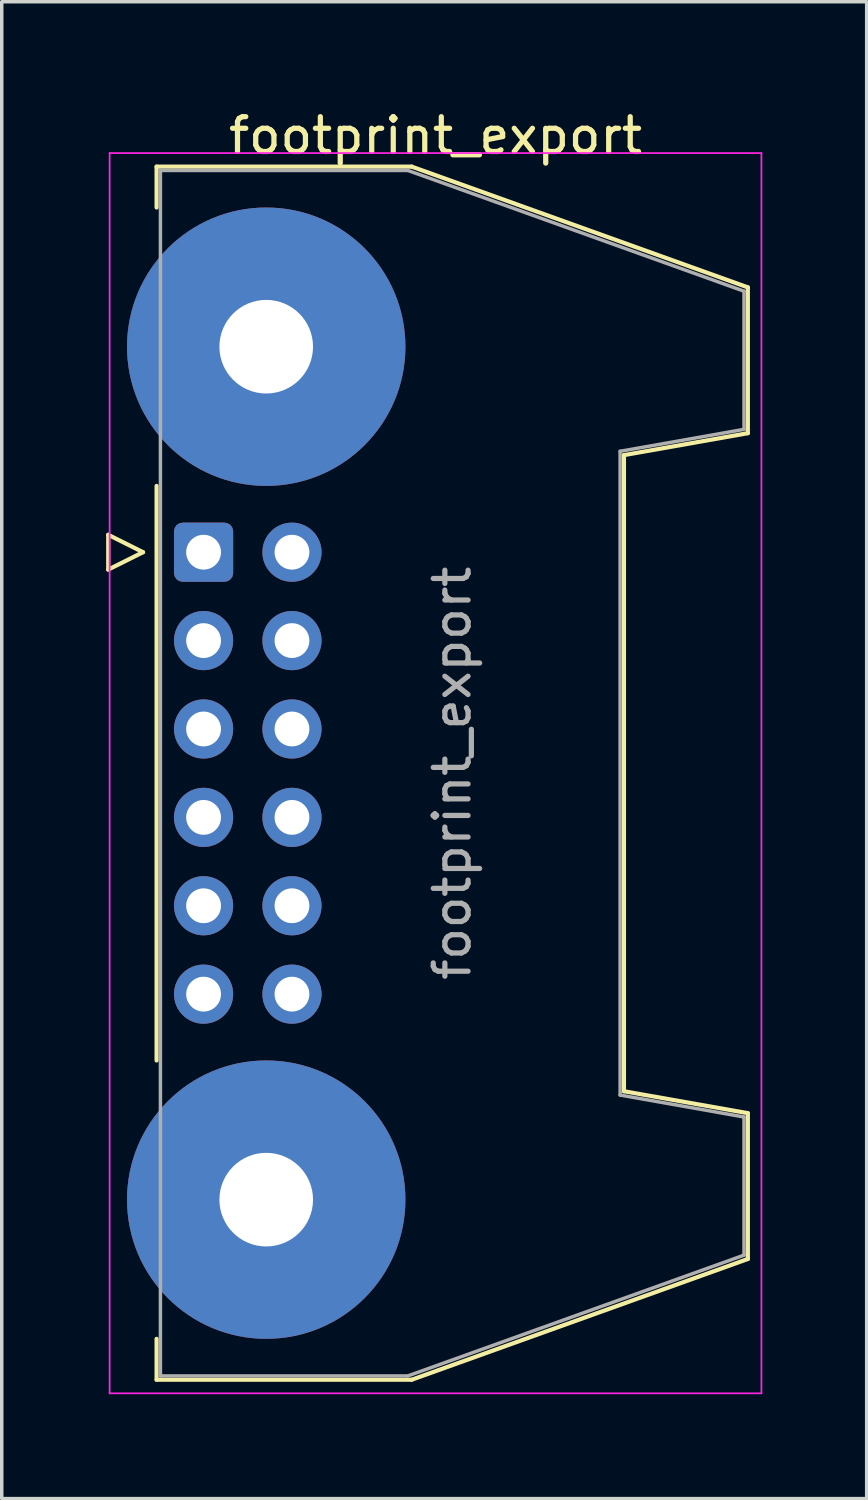
<source format=kicad_pcb>
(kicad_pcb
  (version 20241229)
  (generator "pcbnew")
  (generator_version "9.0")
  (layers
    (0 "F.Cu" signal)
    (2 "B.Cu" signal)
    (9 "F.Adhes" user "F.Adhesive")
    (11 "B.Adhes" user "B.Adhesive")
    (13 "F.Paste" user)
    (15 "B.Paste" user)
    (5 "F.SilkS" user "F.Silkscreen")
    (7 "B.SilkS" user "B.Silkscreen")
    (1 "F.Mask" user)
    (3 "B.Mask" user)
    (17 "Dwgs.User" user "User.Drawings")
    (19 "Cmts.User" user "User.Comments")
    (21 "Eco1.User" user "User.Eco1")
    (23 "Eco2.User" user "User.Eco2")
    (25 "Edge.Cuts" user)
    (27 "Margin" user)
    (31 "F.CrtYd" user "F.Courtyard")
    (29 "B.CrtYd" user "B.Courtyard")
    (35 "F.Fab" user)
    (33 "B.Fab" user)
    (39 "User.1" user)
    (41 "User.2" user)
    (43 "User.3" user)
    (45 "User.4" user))
  (footprint "footprint_export"
    (layer "F.Cu")
    (at 2.8 12.818)
    (property "Reference" "footprint_export" (at 6.665 -11.97 0) (layer "F.SilkS") (effects (font (size 1 1) (thickness 0.15))))
    (attr through_hole)
    (fp_line (start -2.74 -0.5) (end -2.74 0.5) (stroke (width 0.12) (type solid)) (layer "F.SilkS"))
    (fp_line (start -2.74 0.5) (end -1.74 0) (stroke (width 0.12) (type solid)) (layer "F.SilkS"))
    (fp_line (start -1.74 0) (end -2.74 -0.5) (stroke (width 0.12) (type solid)) (layer "F.SilkS"))
    (fp_line (start -1.35 -11.08) (end -1.35 -9.905) (stroke (width 0.12) (type solid)) (layer "F.SilkS"))
    (fp_line (start -1.35 -11.08) (end 5.98 -11.08) (stroke (width 0.12) (type solid)) (layer "F.SilkS"))
    (fp_line (start -1.35 -1.905) (end -1.35 14.605) (stroke (width 0.12) (type solid)) (layer "F.SilkS"))
    (fp_line (start -1.35 22.605) (end -1.35 23.78) (stroke (width 0.12) (type solid)) (layer "F.SilkS"))
    (fp_line (start 5.98 -11.08) (end 15.64 -7.61) (stroke (width 0.12) (type solid)) (layer "F.SilkS"))
    (fp_line (start 5.98 23.78) (end -1.35 23.78) (stroke (width 0.12) (type solid)) (layer "F.SilkS"))
    (fp_line (start 12.08 -2.79) (end 12.08 15.49) (stroke (width 0.12) (type solid)) (layer "F.SilkS"))
    (fp_line (start 12.08 15.49) (end 15.64 16.12) (stroke (width 0.12) (type solid)) (layer "F.SilkS"))
    (fp_line (start 15.64 -7.61) (end 15.64 -3.42) (stroke (width 0.12) (type solid)) (layer "F.SilkS"))
    (fp_line (start 15.64 -3.42) (end 12.08 -2.79) (stroke (width 0.12) (type solid)) (layer "F.SilkS"))
    (fp_line (start 15.64 16.12) (end 15.64 20.31) (stroke (width 0.12) (type solid)) (layer "F.SilkS"))
    (fp_line (start 15.64 20.31) (end 5.98 23.78) (stroke (width 0.12) (type solid)) (layer "F.SilkS"))
    (fp_line (start -2.7 -11.47) (end -2.7 24.17) (stroke (width 0.05) (type solid)) (layer "F.CrtYd"))
    (fp_line (start -2.7 24.17) (end 16.03 24.17) (stroke (width 0.05) (type solid)) (layer "F.CrtYd"))
    (fp_line (start 16.03 -11.47) (end -2.7 -11.47) (stroke (width 0.05) (type solid)) (layer "F.CrtYd"))
    (fp_line (start 16.03 24.17) (end 16.03 -11.47) (stroke (width 0.05) (type solid)) (layer "F.CrtYd"))
    (fp_line (start -1.24 -10.97) (end 5.87 -10.97) (stroke (width 0.1) (type solid)) (layer "F.Fab"))
    (fp_line (start -1.24 23.67) (end -1.24 -10.97) (stroke (width 0.1) (type solid)) (layer "F.Fab"))
    (fp_line (start 5.87 -10.97) (end 15.53 -7.5) (stroke (width 0.1) (type solid)) (layer "F.Fab"))
    (fp_line (start 5.87 23.67) (end -1.24 23.67) (stroke (width 0.1) (type solid)) (layer "F.Fab"))
    (fp_line (start 11.97 -2.9) (end 11.97 15.6) (stroke (width 0.1) (type solid)) (layer "F.Fab"))
    (fp_line (start 11.97 15.6) (end 15.53 16.23) (stroke (width 0.1) (type solid)) (layer "F.Fab"))
    (fp_line (start 15.53 -7.5) (end 15.53 -3.53) (stroke (width 0.1) (type solid)) (layer "F.Fab"))
    (fp_line (start 15.53 -3.53) (end 11.97 -2.9) (stroke (width 0.1) (type solid)) (layer "F.Fab"))
    (fp_line (start 15.53 16.23) (end 15.53 20.2) (stroke (width 0.1) (type solid)) (layer "F.Fab"))
    (fp_line (start 15.53 20.2) (end 5.87 23.67) (stroke (width 0.1) (type solid)) (layer "F.Fab"))
    (fp_text user "${REFERENCE}" (at 7.145 6.35 90) (layer "F.Fab") (effects (font (size 1 1) (thickness 0.15))))
    (pad "1" thru_hole roundrect (at 0 0) (size 1.7 1.7) (drill 1) (layers "*.Cu" "*.Mask") (roundrect_rratio 0.147))
    (pad "2" thru_hole circle (at 2.54 0) (size 1.7 1.7) (drill 1) (layers "*.Cu" "*.Mask"))
    (pad "3" thru_hole circle (at 0 2.54) (size 1.7 1.7) (drill 1) (layers "*.Cu" "*.Mask"))
    (pad "4" thru_hole circle (at 2.54 2.54) (size 1.7 1.7) (drill 1) (layers "*.Cu" "*.Mask"))
    (pad "5" thru_hole circle (at 0 5.08) (size 1.7 1.7) (drill 1) (layers "*.Cu" "*.Mask"))
    (pad "6" thru_hole circle (at 2.54 5.08) (size 1.7 1.7) (drill 1) (layers "*.Cu" "*.Mask"))
    (pad "7" thru_hole circle (at 0 7.62) (size 1.7 1.7) (drill 1) (layers "*.Cu" "*.Mask"))
    (pad "8" thru_hole circle (at 2.54 7.62) (size 1.7 1.7) (drill 1) (layers "*.Cu" "*.Mask"))
    (pad "9" thru_hole circle (at 0 10.16) (size 1.7 1.7) (drill 1) (layers "*.Cu" "*.Mask"))
    (pad "10" thru_hole circle (at 2.54 10.16) (size 1.7 1.7) (drill 1) (layers "*.Cu" "*.Mask"))
    (pad "11" thru_hole circle (at 0 12.7) (size 1.7 1.7) (drill 1) (layers "*.Cu" "*.Mask"))
    (pad "12" thru_hole circle (at 2.54 12.7) (size 1.7 1.7) (drill 1) (layers "*.Cu" "*.Mask"))
    (pad "MP" thru_hole circle (at 1.8 -5.905) (size 8 8) (drill 2.69) (layers "*.Cu" "*.Mask"))
    (pad "MP" thru_hole circle (at 1.8 18.605) (size 8 8) (drill 2.69) (layers "*.Cu" "*.Mask")))
  (gr_rect
    (start -3 -3)
    (end 21.855 40.013)
    (stroke (width 0.1) (type default))
    (fill no)
    (layer "Edge.Cuts")))
</source>
